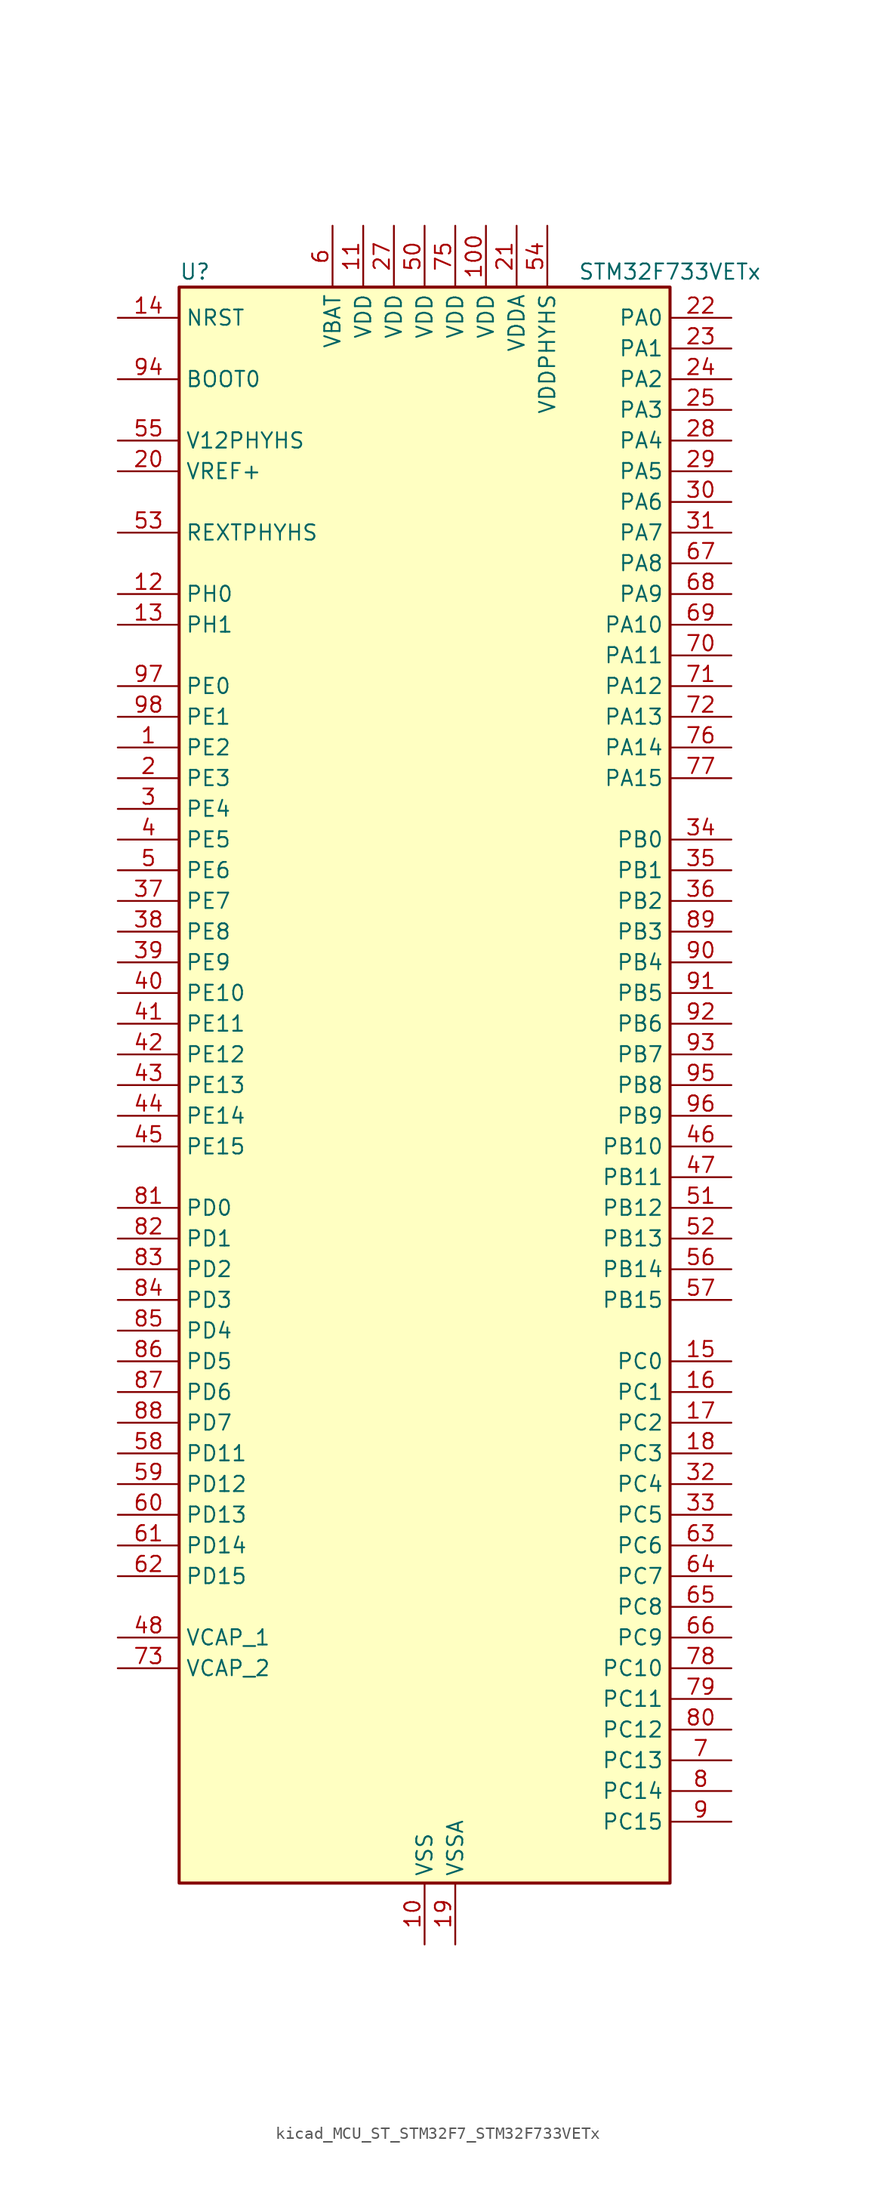
<source format=kicad_sym>
(kicad_symbol_lib
  (version 20220914)
  (generator kicad_symbol_editor)
  (symbol "kicad_MCU_ST_STM32F7_STM32F733VETx"
    (property "Reference" "U"
      (at -20.32 67.31 0)
      (effects (font (size 1.27 1.27)) (justify left)))
    (property "Value" "STM32F733VETx"
      (at 12.7 67.31 0)
      (effects (font (size 1.27 1.27)) (justify left)))
    (property "ki_locked" ""
      (at 0 0 0)
      (effects (font (size 1.27 1.27))))
    (symbol "kicad_MCU_ST_STM32F7_STM32F733VETx_0_1"
      (rectangle (start -20.32 -66.04) (end 20.32 66.04) (stroke (width 0.254) (type default)) (fill (type background))))
    (symbol "kicad_MCU_ST_STM32F7_STM32F733VETx_1_1"
      (pin bidirectional line (at -25.4 27.94 0) (length 5.08) (name "PE2" (effects (font (size 1.27 1.27)))) (number "1" (effects (font (size 1.27 1.27)))) (alternate "FMC_A23" bidirectional line) (alternate "QUADSPI_BK1_IO2" bidirectional line) (alternate "SAI1_MCLK_A" bidirectional line) (alternate "SPI4_SCK" bidirectional line) (alternate "SYS_TRACECLK" bidirectional line))
      (pin power_in line (at 0 -71.12 90) (length 5.08) (name "VSS" (effects (font (size 1.27 1.27)))) (number "10" (effects (font (size 1.27 1.27)))))
      (pin power_in line (at 5.08 71.12 270) (length 5.08) (name "VDD" (effects (font (size 1.27 1.27)))) (number "100" (effects (font (size 1.27 1.27)))))
      (pin power_in line (at -5.08 71.12 270) (length 5.08) (name "VDD" (effects (font (size 1.27 1.27)))) (number "11" (effects (font (size 1.27 1.27)))))
      (pin bidirectional line (at -25.4 40.64 0) (length 5.08) (name "PH0" (effects (font (size 1.27 1.27)))) (number "12" (effects (font (size 1.27 1.27)))) (alternate "RCC_OSC_IN" bidirectional line))
      (pin bidirectional line (at -25.4 38.1 0) (length 5.08) (name "PH1" (effects (font (size 1.27 1.27)))) (number "13" (effects (font (size 1.27 1.27)))) (alternate "RCC_OSC_OUT" bidirectional line))
      (pin input line (at -25.4 63.5 0) (length 5.08) (name "NRST" (effects (font (size 1.27 1.27)))) (number "14" (effects (font (size 1.27 1.27)))))
      (pin bidirectional line (at 25.4 -22.86 180) (length 5.08) (name "PC0" (effects (font (size 1.27 1.27)))) (number "15" (effects (font (size 1.27 1.27)))) (alternate "ADC1_IN10" bidirectional line) (alternate "ADC2_IN10" bidirectional line) (alternate "ADC3_IN10" bidirectional line) (alternate "FMC_SDNWE" bidirectional line) (alternate "SAI2_FS_B" bidirectional line))
      (pin bidirectional line (at 25.4 -25.4 180) (length 5.08) (name "PC1" (effects (font (size 1.27 1.27)))) (number "16" (effects (font (size 1.27 1.27)))) (alternate "ADC1_IN11" bidirectional line) (alternate "ADC2_IN11" bidirectional line) (alternate "ADC3_IN11" bidirectional line) (alternate "I2S2_SD" bidirectional line) (alternate "RTC_TAMP3" bidirectional line) (alternate "RTC_TS" bidirectional line) (alternate "SAI1_SD_A" bidirectional line) (alternate "SPI2_MOSI" bidirectional line) (alternate "SYS_TRACED0" bidirectional line) (alternate "SYS_WKUP3" bidirectional line))
      (pin bidirectional line (at 25.4 -27.94 180) (length 5.08) (name "PC2" (effects (font (size 1.27 1.27)))) (number "17" (effects (font (size 1.27 1.27)))) (alternate "ADC1_IN12" bidirectional line) (alternate "ADC2_IN12" bidirectional line) (alternate "ADC3_IN12" bidirectional line) (alternate "FMC_SDNE0" bidirectional line) (alternate "SPI2_MISO" bidirectional line))
      (pin bidirectional line (at 25.4 -30.48 180) (length 5.08) (name "PC3" (effects (font (size 1.27 1.27)))) (number "18" (effects (font (size 1.27 1.27)))) (alternate "ADC1_IN13" bidirectional line) (alternate "ADC2_IN13" bidirectional line) (alternate "ADC3_IN13" bidirectional line) (alternate "FMC_SDCKE0" bidirectional line) (alternate "I2S2_SD" bidirectional line) (alternate "SPI2_MOSI" bidirectional line))
      (pin power_in line (at 2.54 -71.12 90) (length 5.08) (name "VSSA" (effects (font (size 1.27 1.27)))) (number "19" (effects (font (size 1.27 1.27)))))
      (pin bidirectional line (at -25.4 25.4 0) (length 5.08) (name "PE3" (effects (font (size 1.27 1.27)))) (number "2" (effects (font (size 1.27 1.27)))) (alternate "FMC_A19" bidirectional line) (alternate "SAI1_SD_B" bidirectional line) (alternate "SYS_TRACED0" bidirectional line))
      (pin input line (at -25.4 50.8 0) (length 5.08) (name "VREF+" (effects (font (size 1.27 1.27)))) (number "20" (effects (font (size 1.27 1.27)))))
      (pin power_in line (at 7.62 71.12 270) (length 5.08) (name "VDDA" (effects (font (size 1.27 1.27)))) (number "21" (effects (font (size 1.27 1.27)))))
      (pin bidirectional line (at 25.4 63.5 180) (length 5.08) (name "PA0" (effects (font (size 1.27 1.27)))) (number "22" (effects (font (size 1.27 1.27)))) (alternate "ADC1_IN0" bidirectional line) (alternate "ADC2_IN0" bidirectional line) (alternate "ADC3_IN0" bidirectional line) (alternate "SAI2_SD_B" bidirectional line) (alternate "SYS_WKUP1" bidirectional line) (alternate "TIM2_CH1" bidirectional line) (alternate "TIM2_ETR" bidirectional line) (alternate "TIM5_CH1" bidirectional line) (alternate "TIM8_ETR" bidirectional line) (alternate "UART4_TX" bidirectional line) (alternate "USART2_CTS" bidirectional line))
      (pin bidirectional line (at 25.4 60.96 180) (length 5.08) (name "PA1" (effects (font (size 1.27 1.27)))) (number "23" (effects (font (size 1.27 1.27)))) (alternate "ADC1_IN1" bidirectional line) (alternate "ADC2_IN1" bidirectional line) (alternate "ADC3_IN1" bidirectional line) (alternate "QUADSPI_BK1_IO3" bidirectional line) (alternate "SAI2_MCLK_B" bidirectional line) (alternate "TIM2_CH2" bidirectional line) (alternate "TIM5_CH2" bidirectional line) (alternate "UART4_RX" bidirectional line) (alternate "USART2_DE" bidirectional line) (alternate "USART2_RTS" bidirectional line))
      (pin bidirectional line (at 25.4 58.42 180) (length 5.08) (name "PA2" (effects (font (size 1.27 1.27)))) (number "24" (effects (font (size 1.27 1.27)))) (alternate "ADC1_IN2" bidirectional line) (alternate "ADC2_IN2" bidirectional line) (alternate "ADC3_IN2" bidirectional line) (alternate "SAI2_SCK_B" bidirectional line) (alternate "SYS_WKUP2" bidirectional line) (alternate "TIM2_CH3" bidirectional line) (alternate "TIM5_CH3" bidirectional line) (alternate "TIM9_CH1" bidirectional line) (alternate "USART2_TX" bidirectional line))
      (pin bidirectional line (at 25.4 55.88 180) (length 5.08) (name "PA3" (effects (font (size 1.27 1.27)))) (number "25" (effects (font (size 1.27 1.27)))) (alternate "ADC1_IN3" bidirectional line) (alternate "ADC2_IN3" bidirectional line) (alternate "ADC3_IN3" bidirectional line) (alternate "TIM2_CH4" bidirectional line) (alternate "TIM5_CH4" bidirectional line) (alternate "TIM9_CH2" bidirectional line) (alternate "USART2_RX" bidirectional line))
      (pin passive line (at 0 -71.12 90) (length 5.08) hide (name "VSS" (effects (font (size 1.27 1.27)))) (number "26" (effects (font (size 1.27 1.27)))))
      (pin power_in line (at -2.54 71.12 270) (length 5.08) (name "VDD" (effects (font (size 1.27 1.27)))) (number "27" (effects (font (size 1.27 1.27)))))
      (pin bidirectional line (at 25.4 53.34 180) (length 5.08) (name "PA4" (effects (font (size 1.27 1.27)))) (number "28" (effects (font (size 1.27 1.27)))) (alternate "ADC1_IN4" bidirectional line) (alternate "ADC2_IN4" bidirectional line) (alternate "DAC_OUT1" bidirectional line) (alternate "I2S1_WS" bidirectional line) (alternate "I2S3_WS" bidirectional line) (alternate "SPI1_NSS" bidirectional line) (alternate "SPI3_NSS" bidirectional line) (alternate "USART2_CK" bidirectional line) (alternate "USB_OTG_HS_SOF" bidirectional line))
      (pin bidirectional line (at 25.4 50.8 180) (length 5.08) (name "PA5" (effects (font (size 1.27 1.27)))) (number "29" (effects (font (size 1.27 1.27)))) (alternate "ADC1_IN5" bidirectional line) (alternate "ADC2_IN5" bidirectional line) (alternate "DAC_OUT2" bidirectional line) (alternate "I2S1_CK" bidirectional line) (alternate "SPI1_SCK" bidirectional line) (alternate "TIM2_CH1" bidirectional line) (alternate "TIM2_ETR" bidirectional line) (alternate "TIM8_CH1N" bidirectional line))
      (pin bidirectional line (at -25.4 22.86 0) (length 5.08) (name "PE4" (effects (font (size 1.27 1.27)))) (number "3" (effects (font (size 1.27 1.27)))) (alternate "FMC_A20" bidirectional line) (alternate "SAI1_FS_A" bidirectional line) (alternate "SPI4_NSS" bidirectional line) (alternate "SYS_TRACED1" bidirectional line))
      (pin bidirectional line (at 25.4 48.26 180) (length 5.08) (name "PA6" (effects (font (size 1.27 1.27)))) (number "30" (effects (font (size 1.27 1.27)))) (alternate "ADC1_IN6" bidirectional line) (alternate "ADC2_IN6" bidirectional line) (alternate "SPI1_MISO" bidirectional line) (alternate "TIM13_CH1" bidirectional line) (alternate "TIM1_BKIN" bidirectional line) (alternate "TIM3_CH1" bidirectional line) (alternate "TIM8_BKIN" bidirectional line))
      (pin bidirectional line (at 25.4 45.72 180) (length 5.08) (name "PA7" (effects (font (size 1.27 1.27)))) (number "31" (effects (font (size 1.27 1.27)))) (alternate "ADC1_IN7" bidirectional line) (alternate "ADC2_IN7" bidirectional line) (alternate "FMC_SDNWE" bidirectional line) (alternate "I2S1_SD" bidirectional line) (alternate "SPI1_MOSI" bidirectional line) (alternate "TIM14_CH1" bidirectional line) (alternate "TIM1_CH1N" bidirectional line) (alternate "TIM3_CH2" bidirectional line) (alternate "TIM8_CH1N" bidirectional line))
      (pin bidirectional line (at 25.4 -33.02 180) (length 5.08) (name "PC4" (effects (font (size 1.27 1.27)))) (number "32" (effects (font (size 1.27 1.27)))) (alternate "ADC1_IN14" bidirectional line) (alternate "ADC2_IN14" bidirectional line) (alternate "FMC_SDNE0" bidirectional line) (alternate "I2S1_MCK" bidirectional line))
      (pin bidirectional line (at 25.4 -35.56 180) (length 5.08) (name "PC5" (effects (font (size 1.27 1.27)))) (number "33" (effects (font (size 1.27 1.27)))) (alternate "ADC1_IN15" bidirectional line) (alternate "ADC2_IN15" bidirectional line) (alternate "FMC_SDCKE0" bidirectional line))
      (pin bidirectional line (at 25.4 20.32 180) (length 5.08) (name "PB0" (effects (font (size 1.27 1.27)))) (number "34" (effects (font (size 1.27 1.27)))) (alternate "ADC1_IN8" bidirectional line) (alternate "ADC2_IN8" bidirectional line) (alternate "TIM1_CH2N" bidirectional line) (alternate "TIM3_CH3" bidirectional line) (alternate "TIM8_CH2N" bidirectional line) (alternate "UART4_CTS" bidirectional line))
      (pin bidirectional line (at 25.4 17.78 180) (length 5.08) (name "PB1" (effects (font (size 1.27 1.27)))) (number "35" (effects (font (size 1.27 1.27)))) (alternate "ADC1_IN9" bidirectional line) (alternate "ADC2_IN9" bidirectional line) (alternate "TIM1_CH3N" bidirectional line) (alternate "TIM3_CH4" bidirectional line) (alternate "TIM8_CH3N" bidirectional line))
      (pin bidirectional line (at 25.4 15.24 180) (length 5.08) (name "PB2" (effects (font (size 1.27 1.27)))) (number "36" (effects (font (size 1.27 1.27)))) (alternate "I2S3_SD" bidirectional line) (alternate "QUADSPI_CLK" bidirectional line) (alternate "SAI1_SD_A" bidirectional line) (alternate "SPI3_MOSI" bidirectional line))
      (pin bidirectional line (at -25.4 15.24 0) (length 5.08) (name "PE7" (effects (font (size 1.27 1.27)))) (number "37" (effects (font (size 1.27 1.27)))) (alternate "FMC_D4" bidirectional line) (alternate "FMC_DA4" bidirectional line) (alternate "QUADSPI_BK2_IO0" bidirectional line) (alternate "TIM1_ETR" bidirectional line) (alternate "UART7_RX" bidirectional line))
      (pin bidirectional line (at -25.4 12.7 0) (length 5.08) (name "PE8" (effects (font (size 1.27 1.27)))) (number "38" (effects (font (size 1.27 1.27)))) (alternate "FMC_D5" bidirectional line) (alternate "FMC_DA5" bidirectional line) (alternate "QUADSPI_BK2_IO1" bidirectional line) (alternate "TIM1_CH1N" bidirectional line) (alternate "UART7_TX" bidirectional line))
      (pin bidirectional line (at -25.4 10.16 0) (length 5.08) (name "PE9" (effects (font (size 1.27 1.27)))) (number "39" (effects (font (size 1.27 1.27)))) (alternate "DAC_EXTI9" bidirectional line) (alternate "FMC_D6" bidirectional line) (alternate "FMC_DA6" bidirectional line) (alternate "QUADSPI_BK2_IO2" bidirectional line) (alternate "TIM1_CH1" bidirectional line) (alternate "UART7_DE" bidirectional line) (alternate "UART7_RTS" bidirectional line))
      (pin bidirectional line (at -25.4 20.32 0) (length 5.08) (name "PE5" (effects (font (size 1.27 1.27)))) (number "4" (effects (font (size 1.27 1.27)))) (alternate "FMC_A21" bidirectional line) (alternate "SAI1_SCK_A" bidirectional line) (alternate "SPI4_MISO" bidirectional line) (alternate "SYS_TRACED2" bidirectional line) (alternate "TIM9_CH1" bidirectional line))
      (pin bidirectional line (at -25.4 7.62 0) (length 5.08) (name "PE10" (effects (font (size 1.27 1.27)))) (number "40" (effects (font (size 1.27 1.27)))) (alternate "FMC_D7" bidirectional line) (alternate "FMC_DA7" bidirectional line) (alternate "QUADSPI_BK2_IO3" bidirectional line) (alternate "TIM1_CH2N" bidirectional line) (alternate "UART7_CTS" bidirectional line))
      (pin bidirectional line (at -25.4 5.08 0) (length 5.08) (name "PE11" (effects (font (size 1.27 1.27)))) (number "41" (effects (font (size 1.27 1.27)))) (alternate "ADC1_EXTI11" bidirectional line) (alternate "ADC2_EXTI11" bidirectional line) (alternate "ADC3_EXTI11" bidirectional line) (alternate "FMC_D8" bidirectional line) (alternate "FMC_DA8" bidirectional line) (alternate "SAI2_SD_B" bidirectional line) (alternate "SPI4_NSS" bidirectional line) (alternate "TIM1_CH2" bidirectional line))
      (pin bidirectional line (at -25.4 2.54 0) (length 5.08) (name "PE12" (effects (font (size 1.27 1.27)))) (number "42" (effects (font (size 1.27 1.27)))) (alternate "FMC_D9" bidirectional line) (alternate "FMC_DA9" bidirectional line) (alternate "SAI2_SCK_B" bidirectional line) (alternate "SPI4_SCK" bidirectional line) (alternate "TIM1_CH3N" bidirectional line))
      (pin bidirectional line (at -25.4 0 0) (length 5.08) (name "PE13" (effects (font (size 1.27 1.27)))) (number "43" (effects (font (size 1.27 1.27)))) (alternate "FMC_D10" bidirectional line) (alternate "FMC_DA10" bidirectional line) (alternate "SAI2_FS_B" bidirectional line) (alternate "SPI4_MISO" bidirectional line) (alternate "TIM1_CH3" bidirectional line))
      (pin bidirectional line (at -25.4 -2.54 0) (length 5.08) (name "PE14" (effects (font (size 1.27 1.27)))) (number "44" (effects (font (size 1.27 1.27)))) (alternate "FMC_D11" bidirectional line) (alternate "FMC_DA11" bidirectional line) (alternate "SAI2_MCLK_B" bidirectional line) (alternate "SPI4_MOSI" bidirectional line) (alternate "TIM1_CH4" bidirectional line))
      (pin bidirectional line (at -25.4 -5.08 0) (length 5.08) (name "PE15" (effects (font (size 1.27 1.27)))) (number "45" (effects (font (size 1.27 1.27)))) (alternate "FMC_D12" bidirectional line) (alternate "FMC_DA12" bidirectional line) (alternate "TIM1_BKIN" bidirectional line))
      (pin bidirectional line (at 25.4 -5.08 180) (length 5.08) (name "PB10" (effects (font (size 1.27 1.27)))) (number "46" (effects (font (size 1.27 1.27)))) (alternate "I2C2_SCL" bidirectional line) (alternate "I2S2_CK" bidirectional line) (alternate "SPI2_SCK" bidirectional line) (alternate "TIM2_CH3" bidirectional line) (alternate "USART3_TX" bidirectional line))
      (pin bidirectional line (at 25.4 -7.62 180) (length 5.08) (name "PB11" (effects (font (size 1.27 1.27)))) (number "47" (effects (font (size 1.27 1.27)))) (alternate "ADC1_EXTI11" bidirectional line) (alternate "ADC2_EXTI11" bidirectional line) (alternate "ADC3_EXTI11" bidirectional line) (alternate "I2C2_SDA" bidirectional line) (alternate "TIM2_CH4" bidirectional line) (alternate "USART3_RX" bidirectional line))
      (pin power_out line (at -25.4 -45.72 0) (length 5.08) (name "VCAP_1" (effects (font (size 1.27 1.27)))) (number "48" (effects (font (size 1.27 1.27)))))
      (pin passive line (at 0 -71.12 90) (length 5.08) hide (name "VSS" (effects (font (size 1.27 1.27)))) (number "49" (effects (font (size 1.27 1.27)))))
      (pin bidirectional line (at -25.4 17.78 0) (length 5.08) (name "PE6" (effects (font (size 1.27 1.27)))) (number "5" (effects (font (size 1.27 1.27)))) (alternate "FMC_A22" bidirectional line) (alternate "SAI1_SD_A" bidirectional line) (alternate "SAI2_MCLK_B" bidirectional line) (alternate "SPI4_MOSI" bidirectional line) (alternate "SYS_TRACED3" bidirectional line) (alternate "TIM1_BKIN2" bidirectional line) (alternate "TIM9_CH2" bidirectional line))
      (pin power_in line (at 0 71.12 270) (length 5.08) (name "VDD" (effects (font (size 1.27 1.27)))) (number "50" (effects (font (size 1.27 1.27)))))
      (pin bidirectional line (at 25.4 -10.16 180) (length 5.08) (name "PB12" (effects (font (size 1.27 1.27)))) (number "51" (effects (font (size 1.27 1.27)))) (alternate "I2C2_SMBA" bidirectional line) (alternate "I2S2_WS" bidirectional line) (alternate "SPI2_NSS" bidirectional line) (alternate "TIM1_BKIN" bidirectional line) (alternate "USART3_CK" bidirectional line) (alternate "USB_OTG_HS_ID" bidirectional line))
      (pin bidirectional line (at 25.4 -12.7 180) (length 5.08) (name "PB13" (effects (font (size 1.27 1.27)))) (number "52" (effects (font (size 1.27 1.27)))) (alternate "I2S2_CK" bidirectional line) (alternate "SPI2_SCK" bidirectional line) (alternate "TIM1_CH1N" bidirectional line) (alternate "USART3_CTS" bidirectional line) (alternate "USB_OTG_HS_VBUS" bidirectional line))
      (pin bidirectional line (at -25.4 45.72 0) (length 5.08) (name "REXTPHYHS" (effects (font (size 1.27 1.27)))) (number "53" (effects (font (size 1.27 1.27)))) (alternate "USB_OTG_HS_REXTPHYHS" bidirectional line))
      (pin power_in line (at 10.16 71.12 270) (length 5.08) (name "VDDPHYHS" (effects (font (size 1.27 1.27)))) (number "54" (effects (font (size 1.27 1.27)))))
      (pin power_in line (at -25.4 53.34 0) (length 5.08) (name "V12PHYHS" (effects (font (size 1.27 1.27)))) (number "55" (effects (font (size 1.27 1.27)))))
      (pin bidirectional line (at 25.4 -15.24 180) (length 5.08) (name "PB14" (effects (font (size 1.27 1.27)))) (number "56" (effects (font (size 1.27 1.27)))) (alternate "USB_OTG_HS_DM" bidirectional line))
      (pin bidirectional line (at 25.4 -17.78 180) (length 5.08) (name "PB15" (effects (font (size 1.27 1.27)))) (number "57" (effects (font (size 1.27 1.27)))) (alternate "USB_OTG_HS_DP" bidirectional line))
      (pin bidirectional line (at -25.4 -30.48 0) (length 5.08) (name "PD11" (effects (font (size 1.27 1.27)))) (number "58" (effects (font (size 1.27 1.27)))) (alternate "ADC1_EXTI11" bidirectional line) (alternate "ADC2_EXTI11" bidirectional line) (alternate "ADC3_EXTI11" bidirectional line) (alternate "FMC_A16" bidirectional line) (alternate "FMC_CLE" bidirectional line) (alternate "QUADSPI_BK1_IO0" bidirectional line) (alternate "SAI2_SD_A" bidirectional line) (alternate "USART3_CTS" bidirectional line))
      (pin bidirectional line (at -25.4 -33.02 0) (length 5.08) (name "PD12" (effects (font (size 1.27 1.27)))) (number "59" (effects (font (size 1.27 1.27)))) (alternate "FMC_A17" bidirectional line) (alternate "FMC_ALE" bidirectional line) (alternate "LPTIM1_IN1" bidirectional line) (alternate "QUADSPI_BK1_IO1" bidirectional line) (alternate "SAI2_FS_A" bidirectional line) (alternate "TIM4_CH1" bidirectional line) (alternate "USART3_DE" bidirectional line) (alternate "USART3_RTS" bidirectional line))
      (pin power_in line (at -7.62 71.12 270) (length 5.08) (name "VBAT" (effects (font (size 1.27 1.27)))) (number "6" (effects (font (size 1.27 1.27)))))
      (pin bidirectional line (at -25.4 -35.56 0) (length 5.08) (name "PD13" (effects (font (size 1.27 1.27)))) (number "60" (effects (font (size 1.27 1.27)))) (alternate "FMC_A18" bidirectional line) (alternate "LPTIM1_OUT" bidirectional line) (alternate "QUADSPI_BK1_IO3" bidirectional line) (alternate "SAI2_SCK_A" bidirectional line) (alternate "TIM4_CH2" bidirectional line))
      (pin bidirectional line (at -25.4 -38.1 0) (length 5.08) (name "PD14" (effects (font (size 1.27 1.27)))) (number "61" (effects (font (size 1.27 1.27)))) (alternate "FMC_D0" bidirectional line) (alternate "FMC_DA0" bidirectional line) (alternate "TIM4_CH3" bidirectional line) (alternate "UART8_CTS" bidirectional line))
      (pin bidirectional line (at -25.4 -40.64 0) (length 5.08) (name "PD15" (effects (font (size 1.27 1.27)))) (number "62" (effects (font (size 1.27 1.27)))) (alternate "FMC_D1" bidirectional line) (alternate "FMC_DA1" bidirectional line) (alternate "TIM4_CH4" bidirectional line) (alternate "UART8_DE" bidirectional line) (alternate "UART8_RTS" bidirectional line))
      (pin bidirectional line (at 25.4 -38.1 180) (length 5.08) (name "PC6" (effects (font (size 1.27 1.27)))) (number "63" (effects (font (size 1.27 1.27)))) (alternate "I2S2_MCK" bidirectional line) (alternate "SDMMC1_D6" bidirectional line) (alternate "TIM3_CH1" bidirectional line) (alternate "TIM8_CH1" bidirectional line) (alternate "USART6_TX" bidirectional line))
      (pin bidirectional line (at 25.4 -40.64 180) (length 5.08) (name "PC7" (effects (font (size 1.27 1.27)))) (number "64" (effects (font (size 1.27 1.27)))) (alternate "I2S3_MCK" bidirectional line) (alternate "SDMMC1_D7" bidirectional line) (alternate "TIM3_CH2" bidirectional line) (alternate "TIM8_CH2" bidirectional line) (alternate "USART6_RX" bidirectional line))
      (pin bidirectional line (at 25.4 -43.18 180) (length 5.08) (name "PC8" (effects (font (size 1.27 1.27)))) (number "65" (effects (font (size 1.27 1.27)))) (alternate "SDMMC1_D0" bidirectional line) (alternate "SYS_TRACED1" bidirectional line) (alternate "TIM3_CH3" bidirectional line) (alternate "TIM8_CH3" bidirectional line) (alternate "UART5_DE" bidirectional line) (alternate "UART5_RTS" bidirectional line) (alternate "USART6_CK" bidirectional line))
      (pin bidirectional line (at 25.4 -45.72 180) (length 5.08) (name "PC9" (effects (font (size 1.27 1.27)))) (number "66" (effects (font (size 1.27 1.27)))) (alternate "DAC_EXTI9" bidirectional line) (alternate "I2C3_SDA" bidirectional line) (alternate "I2S_CKIN" bidirectional line) (alternate "QUADSPI_BK1_IO0" bidirectional line) (alternate "RCC_MCO_2" bidirectional line) (alternate "SDMMC1_D1" bidirectional line) (alternate "TIM3_CH4" bidirectional line) (alternate "TIM8_CH4" bidirectional line) (alternate "UART5_CTS" bidirectional line))
      (pin bidirectional line (at 25.4 43.18 180) (length 5.08) (name "PA8" (effects (font (size 1.27 1.27)))) (number "67" (effects (font (size 1.27 1.27)))) (alternate "I2C3_SCL" bidirectional line) (alternate "RCC_MCO_1" bidirectional line) (alternate "TIM1_CH1" bidirectional line) (alternate "TIM8_BKIN2" bidirectional line) (alternate "USART1_CK" bidirectional line) (alternate "USB_OTG_FS_SOF" bidirectional line))
      (pin bidirectional line (at 25.4 40.64 180) (length 5.08) (name "PA9" (effects (font (size 1.27 1.27)))) (number "68" (effects (font (size 1.27 1.27)))) (alternate "DAC_EXTI9" bidirectional line) (alternate "I2C3_SMBA" bidirectional line) (alternate "I2S2_CK" bidirectional line) (alternate "SPI2_SCK" bidirectional line) (alternate "TIM1_CH2" bidirectional line) (alternate "USART1_TX" bidirectional line) (alternate "USB_OTG_FS_VBUS" bidirectional line))
      (pin bidirectional line (at 25.4 38.1 180) (length 5.08) (name "PA10" (effects (font (size 1.27 1.27)))) (number "69" (effects (font (size 1.27 1.27)))) (alternate "TIM1_CH3" bidirectional line) (alternate "USART1_RX" bidirectional line) (alternate "USB_OTG_FS_ID" bidirectional line))
      (pin bidirectional line (at 25.4 -55.88 180) (length 5.08) (name "PC13" (effects (font (size 1.27 1.27)))) (number "7" (effects (font (size 1.27 1.27)))) (alternate "RTC_OUT" bidirectional line) (alternate "RTC_TAMP1" bidirectional line) (alternate "RTC_TS" bidirectional line) (alternate "SYS_WKUP4" bidirectional line))
      (pin bidirectional line (at 25.4 35.56 180) (length 5.08) (name "PA11" (effects (font (size 1.27 1.27)))) (number "70" (effects (font (size 1.27 1.27)))) (alternate "ADC1_EXTI11" bidirectional line) (alternate "ADC2_EXTI11" bidirectional line) (alternate "ADC3_EXTI11" bidirectional line) (alternate "CAN1_RX" bidirectional line) (alternate "TIM1_CH4" bidirectional line) (alternate "USART1_CTS" bidirectional line) (alternate "USB_OTG_FS_DM" bidirectional line))
      (pin bidirectional line (at 25.4 33.02 180) (length 5.08) (name "PA12" (effects (font (size 1.27 1.27)))) (number "71" (effects (font (size 1.27 1.27)))) (alternate "CAN1_TX" bidirectional line) (alternate "SAI2_FS_B" bidirectional line) (alternate "TIM1_ETR" bidirectional line) (alternate "USART1_DE" bidirectional line) (alternate "USART1_RTS" bidirectional line) (alternate "USB_OTG_FS_DP" bidirectional line))
      (pin bidirectional line (at 25.4 30.48 180) (length 5.08) (name "PA13" (effects (font (size 1.27 1.27)))) (number "72" (effects (font (size 1.27 1.27)))) (alternate "SYS_JTMS-SWDIO" bidirectional line))
      (pin power_out line (at -25.4 -48.26 0) (length 5.08) (name "VCAP_2" (effects (font (size 1.27 1.27)))) (number "73" (effects (font (size 1.27 1.27)))))
      (pin passive line (at 0 -71.12 90) (length 5.08) hide (name "VSS" (effects (font (size 1.27 1.27)))) (number "74" (effects (font (size 1.27 1.27)))))
      (pin power_in line (at 2.54 71.12 270) (length 5.08) (name "VDD" (effects (font (size 1.27 1.27)))) (number "75" (effects (font (size 1.27 1.27)))))
      (pin bidirectional line (at 25.4 27.94 180) (length 5.08) (name "PA14" (effects (font (size 1.27 1.27)))) (number "76" (effects (font (size 1.27 1.27)))) (alternate "SYS_JTCK-SWCLK" bidirectional line))
      (pin bidirectional line (at 25.4 25.4 180) (length 5.08) (name "PA15" (effects (font (size 1.27 1.27)))) (number "77" (effects (font (size 1.27 1.27)))) (alternate "I2S1_WS" bidirectional line) (alternate "I2S3_WS" bidirectional line) (alternate "SPI1_NSS" bidirectional line) (alternate "SPI3_NSS" bidirectional line) (alternate "SYS_JTDI" bidirectional line) (alternate "TIM2_CH1" bidirectional line) (alternate "TIM2_ETR" bidirectional line) (alternate "UART4_DE" bidirectional line) (alternate "UART4_RTS" bidirectional line))
      (pin bidirectional line (at 25.4 -48.26 180) (length 5.08) (name "PC10" (effects (font (size 1.27 1.27)))) (number "78" (effects (font (size 1.27 1.27)))) (alternate "I2S3_CK" bidirectional line) (alternate "QUADSPI_BK1_IO1" bidirectional line) (alternate "SDMMC1_D2" bidirectional line) (alternate "SPI3_SCK" bidirectional line) (alternate "UART4_TX" bidirectional line) (alternate "USART3_TX" bidirectional line))
      (pin bidirectional line (at 25.4 -50.8 180) (length 5.08) (name "PC11" (effects (font (size 1.27 1.27)))) (number "79" (effects (font (size 1.27 1.27)))) (alternate "ADC1_EXTI11" bidirectional line) (alternate "ADC2_EXTI11" bidirectional line) (alternate "ADC3_EXTI11" bidirectional line) (alternate "QUADSPI_BK2_NCS" bidirectional line) (alternate "SDMMC1_D3" bidirectional line) (alternate "SPI3_MISO" bidirectional line) (alternate "UART4_RX" bidirectional line) (alternate "USART3_RX" bidirectional line))
      (pin bidirectional line (at 25.4 -58.42 180) (length 5.08) (name "PC14" (effects (font (size 1.27 1.27)))) (number "8" (effects (font (size 1.27 1.27)))) (alternate "RCC_OSC32_IN" bidirectional line))
      (pin bidirectional line (at 25.4 -53.34 180) (length 5.08) (name "PC12" (effects (font (size 1.27 1.27)))) (number "80" (effects (font (size 1.27 1.27)))) (alternate "I2S3_SD" bidirectional line) (alternate "SDMMC1_CK" bidirectional line) (alternate "SPI3_MOSI" bidirectional line) (alternate "SYS_TRACED3" bidirectional line) (alternate "UART5_TX" bidirectional line) (alternate "USART3_CK" bidirectional line))
      (pin bidirectional line (at -25.4 -10.16 0) (length 5.08) (name "PD0" (effects (font (size 1.27 1.27)))) (number "81" (effects (font (size 1.27 1.27)))) (alternate "CAN1_RX" bidirectional line) (alternate "FMC_D2" bidirectional line) (alternate "FMC_DA2" bidirectional line))
      (pin bidirectional line (at -25.4 -12.7 0) (length 5.08) (name "PD1" (effects (font (size 1.27 1.27)))) (number "82" (effects (font (size 1.27 1.27)))) (alternate "CAN1_TX" bidirectional line) (alternate "FMC_D3" bidirectional line) (alternate "FMC_DA3" bidirectional line))
      (pin bidirectional line (at -25.4 -15.24 0) (length 5.08) (name "PD2" (effects (font (size 1.27 1.27)))) (number "83" (effects (font (size 1.27 1.27)))) (alternate "SDMMC1_CMD" bidirectional line) (alternate "SYS_TRACED2" bidirectional line) (alternate "TIM3_ETR" bidirectional line) (alternate "UART5_RX" bidirectional line))
      (pin bidirectional line (at -25.4 -17.78 0) (length 5.08) (name "PD3" (effects (font (size 1.27 1.27)))) (number "84" (effects (font (size 1.27 1.27)))) (alternate "FMC_CLK" bidirectional line) (alternate "I2S2_CK" bidirectional line) (alternate "SPI2_SCK" bidirectional line) (alternate "USART2_CTS" bidirectional line))
      (pin bidirectional line (at -25.4 -20.32 0) (length 5.08) (name "PD4" (effects (font (size 1.27 1.27)))) (number "85" (effects (font (size 1.27 1.27)))) (alternate "FMC_NOE" bidirectional line) (alternate "USART2_DE" bidirectional line) (alternate "USART2_RTS" bidirectional line))
      (pin bidirectional line (at -25.4 -22.86 0) (length 5.08) (name "PD5" (effects (font (size 1.27 1.27)))) (number "86" (effects (font (size 1.27 1.27)))) (alternate "FMC_NWE" bidirectional line) (alternate "USART2_TX" bidirectional line))
      (pin bidirectional line (at -25.4 -25.4 0) (length 5.08) (name "PD6" (effects (font (size 1.27 1.27)))) (number "87" (effects (font (size 1.27 1.27)))) (alternate "FMC_NWAIT" bidirectional line) (alternate "I2S3_SD" bidirectional line) (alternate "SAI1_SD_A" bidirectional line) (alternate "SPI3_MOSI" bidirectional line) (alternate "USART2_RX" bidirectional line))
      (pin bidirectional line (at -25.4 -27.94 0) (length 5.08) (name "PD7" (effects (font (size 1.27 1.27)))) (number "88" (effects (font (size 1.27 1.27)))) (alternate "FMC_NE1" bidirectional line) (alternate "USART2_CK" bidirectional line))
      (pin bidirectional line (at 25.4 12.7 180) (length 5.08) (name "PB3" (effects (font (size 1.27 1.27)))) (number "89" (effects (font (size 1.27 1.27)))) (alternate "I2S1_CK" bidirectional line) (alternate "I2S3_CK" bidirectional line) (alternate "SPI1_SCK" bidirectional line) (alternate "SPI3_SCK" bidirectional line) (alternate "SYS_JTDO-SWO" bidirectional line) (alternate "TIM2_CH2" bidirectional line))
      (pin bidirectional line (at 25.4 -60.96 180) (length 5.08) (name "PC15" (effects (font (size 1.27 1.27)))) (number "9" (effects (font (size 1.27 1.27)))) (alternate "RCC_OSC32_OUT" bidirectional line))
      (pin bidirectional line (at 25.4 10.16 180) (length 5.08) (name "PB4" (effects (font (size 1.27 1.27)))) (number "90" (effects (font (size 1.27 1.27)))) (alternate "I2S2_WS" bidirectional line) (alternate "SPI1_MISO" bidirectional line) (alternate "SPI2_NSS" bidirectional line) (alternate "SPI3_MISO" bidirectional line) (alternate "SYS_JTRST" bidirectional line) (alternate "TIM3_CH1" bidirectional line))
      (pin bidirectional line (at 25.4 7.62 180) (length 5.08) (name "PB5" (effects (font (size 1.27 1.27)))) (number "91" (effects (font (size 1.27 1.27)))) (alternate "FMC_SDCKE1" bidirectional line) (alternate "I2C1_SMBA" bidirectional line) (alternate "I2S1_SD" bidirectional line) (alternate "I2S3_SD" bidirectional line) (alternate "SPI1_MOSI" bidirectional line) (alternate "SPI3_MOSI" bidirectional line) (alternate "TIM3_CH2" bidirectional line))
      (pin bidirectional line (at 25.4 5.08 180) (length 5.08) (name "PB6" (effects (font (size 1.27 1.27)))) (number "92" (effects (font (size 1.27 1.27)))) (alternate "FMC_SDNE1" bidirectional line) (alternate "I2C1_SCL" bidirectional line) (alternate "QUADSPI_BK1_NCS" bidirectional line) (alternate "TIM4_CH1" bidirectional line) (alternate "USART1_TX" bidirectional line))
      (pin bidirectional line (at 25.4 2.54 180) (length 5.08) (name "PB7" (effects (font (size 1.27 1.27)))) (number "93" (effects (font (size 1.27 1.27)))) (alternate "FMC_NL" bidirectional line) (alternate "I2C1_SDA" bidirectional line) (alternate "TIM4_CH2" bidirectional line) (alternate "USART1_RX" bidirectional line))
      (pin input line (at -25.4 58.42 0) (length 5.08) (name "BOOT0" (effects (font (size 1.27 1.27)))) (number "94" (effects (font (size 1.27 1.27)))))
      (pin bidirectional line (at 25.4 0 180) (length 5.08) (name "PB8" (effects (font (size 1.27 1.27)))) (number "95" (effects (font (size 1.27 1.27)))) (alternate "CAN1_RX" bidirectional line) (alternate "I2C1_SCL" bidirectional line) (alternate "SDMMC1_D4" bidirectional line) (alternate "TIM10_CH1" bidirectional line) (alternate "TIM4_CH3" bidirectional line))
      (pin bidirectional line (at 25.4 -2.54 180) (length 5.08) (name "PB9" (effects (font (size 1.27 1.27)))) (number "96" (effects (font (size 1.27 1.27)))) (alternate "CAN1_TX" bidirectional line) (alternate "DAC_EXTI9" bidirectional line) (alternate "I2C1_SDA" bidirectional line) (alternate "I2S2_WS" bidirectional line) (alternate "SDMMC1_D5" bidirectional line) (alternate "SPI2_NSS" bidirectional line) (alternate "TIM11_CH1" bidirectional line) (alternate "TIM4_CH4" bidirectional line))
      (pin bidirectional line (at -25.4 33.02 0) (length 5.08) (name "PE0" (effects (font (size 1.27 1.27)))) (number "97" (effects (font (size 1.27 1.27)))) (alternate "FMC_NBL0" bidirectional line) (alternate "LPTIM1_ETR" bidirectional line) (alternate "SAI2_MCLK_A" bidirectional line) (alternate "TIM4_ETR" bidirectional line) (alternate "UART8_RX" bidirectional line))
      (pin bidirectional line (at -25.4 30.48 0) (length 5.08) (name "PE1" (effects (font (size 1.27 1.27)))) (number "98" (effects (font (size 1.27 1.27)))) (alternate "FMC_NBL1" bidirectional line) (alternate "LPTIM1_IN2" bidirectional line) (alternate "UART8_TX" bidirectional line))
      (pin passive line (at 0 -71.12 90) (length 5.08) hide (name "VSS" (effects (font (size 1.27 1.27)))) (number "99" (effects (font (size 1.27 1.27))))))))
</source>
